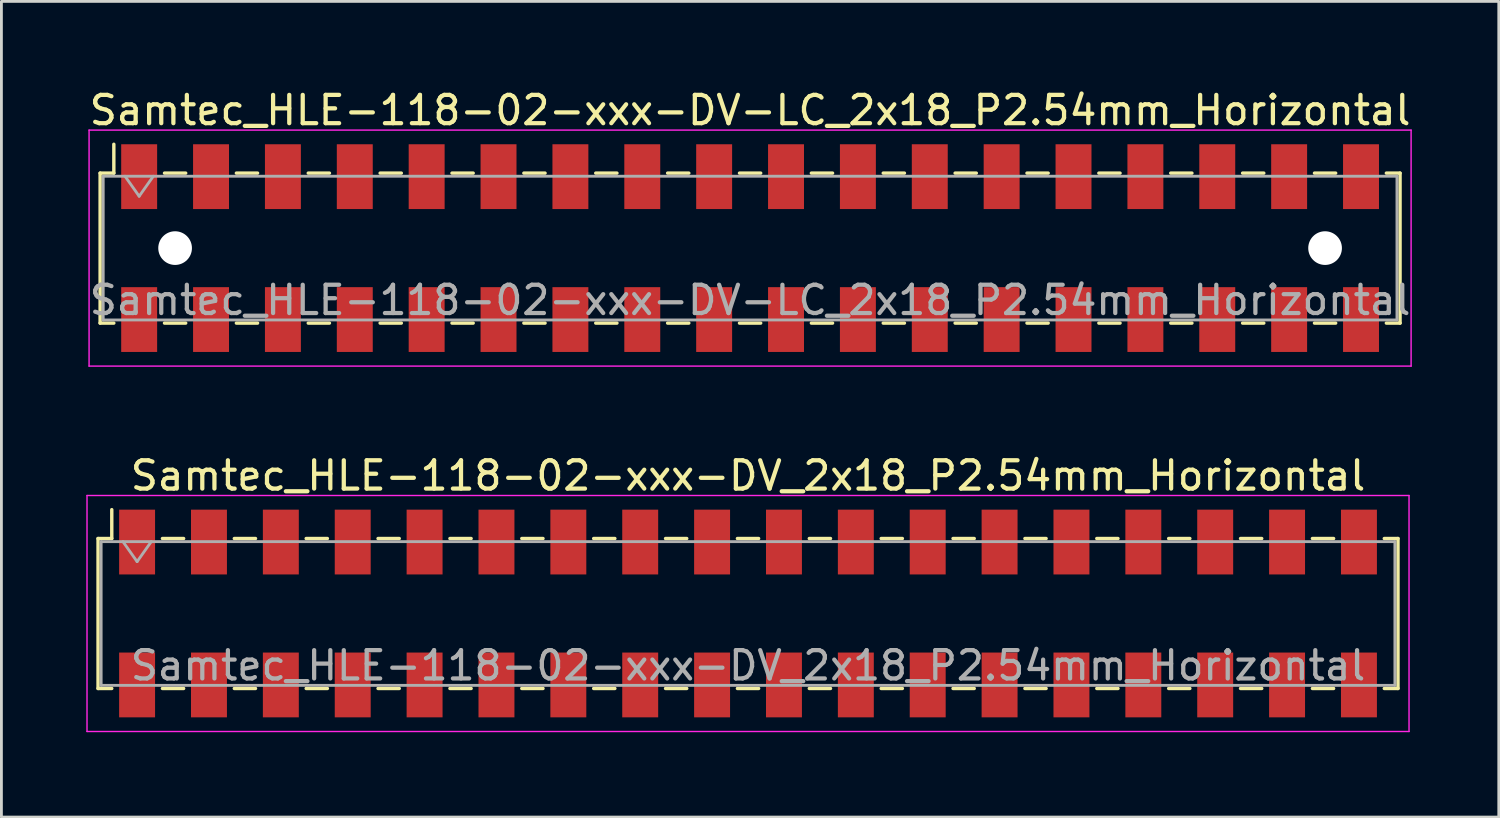
<source format=kicad_pcb>
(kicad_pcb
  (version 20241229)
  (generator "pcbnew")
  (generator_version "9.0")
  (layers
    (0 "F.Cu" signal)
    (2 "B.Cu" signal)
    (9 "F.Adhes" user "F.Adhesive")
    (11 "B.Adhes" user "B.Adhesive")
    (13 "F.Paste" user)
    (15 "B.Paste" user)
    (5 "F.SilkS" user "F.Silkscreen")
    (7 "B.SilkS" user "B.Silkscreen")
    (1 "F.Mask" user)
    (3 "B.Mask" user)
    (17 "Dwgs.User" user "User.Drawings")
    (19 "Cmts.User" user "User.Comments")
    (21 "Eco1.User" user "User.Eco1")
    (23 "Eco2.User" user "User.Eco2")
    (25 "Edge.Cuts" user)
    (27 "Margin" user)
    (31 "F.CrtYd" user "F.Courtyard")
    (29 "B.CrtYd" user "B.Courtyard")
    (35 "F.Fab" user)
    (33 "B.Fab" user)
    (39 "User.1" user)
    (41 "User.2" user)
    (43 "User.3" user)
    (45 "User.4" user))
  (footprint "Samtec_HLE-118-02-xxx-DV-LC_2x18_P2.54mm_Horizontal"
    (layer "F.Cu")
    (at 23.458 5.718)
    (property "Reference" "Samtec_HLE-118-02-xxx-DV-LC_2x18_P2.54mm_Horizontal" (at 0 -4.87 0) (layer "F.SilkS") (effects (font (size 1 1) (thickness 0.15))))
    (attr smd)
    (fp_line (start -22.97 -2.65) (end -22.97 2.65) (stroke (width 0.12) (type solid)) (layer "F.SilkS"))
    (fp_line (start -22.97 2.65) (end -22.485 2.65) (stroke (width 0.12) (type solid)) (layer "F.SilkS"))
    (fp_line (start -22.485 -3.67) (end -22.485 -2.65) (stroke (width 0.12) (type solid)) (layer "F.SilkS"))
    (fp_line (start -22.485 -2.65) (end -22.97 -2.65) (stroke (width 0.12) (type solid)) (layer "F.SilkS"))
    (fp_line (start -20.695 -2.65) (end -19.945 -2.65) (stroke (width 0.12) (type solid)) (layer "F.SilkS"))
    (fp_line (start -20.695 2.65) (end -19.945 2.65) (stroke (width 0.12) (type solid)) (layer "F.SilkS"))
    (fp_line (start -18.155 -2.65) (end -17.405 -2.65) (stroke (width 0.12) (type solid)) (layer "F.SilkS"))
    (fp_line (start -18.155 2.65) (end -17.405 2.65) (stroke (width 0.12) (type solid)) (layer "F.SilkS"))
    (fp_line (start -15.615 -2.65) (end -14.865 -2.65) (stroke (width 0.12) (type solid)) (layer "F.SilkS"))
    (fp_line (start -15.615 2.65) (end -14.865 2.65) (stroke (width 0.12) (type solid)) (layer "F.SilkS"))
    (fp_line (start -13.075 -2.65) (end -12.325 -2.65) (stroke (width 0.12) (type solid)) (layer "F.SilkS"))
    (fp_line (start -13.075 2.65) (end -12.325 2.65) (stroke (width 0.12) (type solid)) (layer "F.SilkS"))
    (fp_line (start -10.535 -2.65) (end -9.785 -2.65) (stroke (width 0.12) (type solid)) (layer "F.SilkS"))
    (fp_line (start -10.535 2.65) (end -9.785 2.65) (stroke (width 0.12) (type solid)) (layer "F.SilkS"))
    (fp_line (start -7.995 -2.65) (end -7.245 -2.65) (stroke (width 0.12) (type solid)) (layer "F.SilkS"))
    (fp_line (start -7.995 2.65) (end -7.245 2.65) (stroke (width 0.12) (type solid)) (layer "F.SilkS"))
    (fp_line (start -5.455 -2.65) (end -4.705 -2.65) (stroke (width 0.12) (type solid)) (layer "F.SilkS"))
    (fp_line (start -5.455 2.65) (end -4.705 2.65) (stroke (width 0.12) (type solid)) (layer "F.SilkS"))
    (fp_line (start -2.915 -2.65) (end -2.165 -2.65) (stroke (width 0.12) (type solid)) (layer "F.SilkS"))
    (fp_line (start -2.915 2.65) (end -2.165 2.65) (stroke (width 0.12) (type solid)) (layer "F.SilkS"))
    (fp_line (start -0.375 -2.65) (end 0.375 -2.65) (stroke (width 0.12) (type solid)) (layer "F.SilkS"))
    (fp_line (start -0.375 2.65) (end 0.375 2.65) (stroke (width 0.12) (type solid)) (layer "F.SilkS"))
    (fp_line (start 2.165 -2.65) (end 2.915 -2.65) (stroke (width 0.12) (type solid)) (layer "F.SilkS"))
    (fp_line (start 2.165 2.65) (end 2.915 2.65) (stroke (width 0.12) (type solid)) (layer "F.SilkS"))
    (fp_line (start 4.705 -2.65) (end 5.455 -2.65) (stroke (width 0.12) (type solid)) (layer "F.SilkS"))
    (fp_line (start 4.705 2.65) (end 5.455 2.65) (stroke (width 0.12) (type solid)) (layer "F.SilkS"))
    (fp_line (start 7.245 -2.65) (end 7.995 -2.65) (stroke (width 0.12) (type solid)) (layer "F.SilkS"))
    (fp_line (start 7.245 2.65) (end 7.995 2.65) (stroke (width 0.12) (type solid)) (layer "F.SilkS"))
    (fp_line (start 9.785 -2.65) (end 10.535 -2.65) (stroke (width 0.12) (type solid)) (layer "F.SilkS"))
    (fp_line (start 9.785 2.65) (end 10.535 2.65) (stroke (width 0.12) (type solid)) (layer "F.SilkS"))
    (fp_line (start 12.325 -2.65) (end 13.075 -2.65) (stroke (width 0.12) (type solid)) (layer "F.SilkS"))
    (fp_line (start 12.325 2.65) (end 13.075 2.65) (stroke (width 0.12) (type solid)) (layer "F.SilkS"))
    (fp_line (start 14.865 -2.65) (end 15.615 -2.65) (stroke (width 0.12) (type solid)) (layer "F.SilkS"))
    (fp_line (start 14.865 2.65) (end 15.615 2.65) (stroke (width 0.12) (type solid)) (layer "F.SilkS"))
    (fp_line (start 17.405 -2.65) (end 18.155 -2.65) (stroke (width 0.12) (type solid)) (layer "F.SilkS"))
    (fp_line (start 17.405 2.65) (end 18.155 2.65) (stroke (width 0.12) (type solid)) (layer "F.SilkS"))
    (fp_line (start 19.945 -2.65) (end 20.695 -2.65) (stroke (width 0.12) (type solid)) (layer "F.SilkS"))
    (fp_line (start 19.945 2.65) (end 20.695 2.65) (stroke (width 0.12) (type solid)) (layer "F.SilkS"))
    (fp_line (start 22.485 -2.65) (end 22.97 -2.65) (stroke (width 0.12) (type solid)) (layer "F.SilkS"))
    (fp_line (start 22.97 -2.65) (end 22.97 2.65) (stroke (width 0.12) (type solid)) (layer "F.SilkS"))
    (fp_line (start 22.97 2.65) (end 22.485 2.65) (stroke (width 0.12) (type solid)) (layer "F.SilkS"))
    (fp_line (start -23.36 -4.17) (end 23.36 -4.17) (stroke (width 0.05) (type solid)) (layer "F.CrtYd"))
    (fp_line (start -23.36 4.17) (end -23.36 -4.17) (stroke (width 0.05) (type solid)) (layer "F.CrtYd"))
    (fp_line (start 23.36 -4.17) (end 23.36 4.17) (stroke (width 0.05) (type solid)) (layer "F.CrtYd"))
    (fp_line (start 23.36 4.17) (end -23.36 4.17) (stroke (width 0.05) (type solid)) (layer "F.CrtYd"))
    (fp_line (start -22.86 -2.54) (end 22.86 -2.54) (stroke (width 0.1) (type solid)) (layer "F.Fab"))
    (fp_line (start -22.86 2.54) (end -22.86 -2.54) (stroke (width 0.1) (type solid)) (layer "F.Fab"))
    (fp_line (start -22.09 -2.54) (end -21.59 -1.833) (stroke (width 0.1) (type solid)) (layer "F.Fab"))
    (fp_line (start -21.59 -1.833) (end -21.09 -2.54) (stroke (width 0.1) (type solid)) (layer "F.Fab"))
    (fp_line (start 22.86 -2.54) (end 22.86 2.54) (stroke (width 0.1) (type solid)) (layer "F.Fab"))
    (fp_line (start 22.86 2.54) (end -22.86 2.54) (stroke (width 0.1) (type solid)) (layer "F.Fab"))
    (fp_text user "${REFERENCE}" (at 0 1.84 0) (layer "F.Fab") (effects (font (size 1 1) (thickness 0.15))))
    (pad "" np_thru_hole circle (at -20.32 0) (size 1.19 1.19) (drill 1.19) (layers "*.Cu" "*.Mask"))
    (pad "" np_thru_hole circle (at 20.32 0) (size 1.19 1.19) (drill 1.19) (layers "*.Cu" "*.Mask"))
    (pad "1" smd rect (at -21.59 -2.525) (size 1.27 2.29) (layers "F.Cu" "F.Mask" "F.Paste"))
    (pad "2" smd rect (at -21.59 2.525) (size 1.27 2.29) (layers "F.Cu" "F.Mask" "F.Paste"))
    (pad "3" smd rect (at -19.05 -2.525) (size 1.27 2.29) (layers "F.Cu" "F.Mask" "F.Paste"))
    (pad "4" smd rect (at -19.05 2.525) (size 1.27 2.29) (layers "F.Cu" "F.Mask" "F.Paste"))
    (pad "5" smd rect (at -16.51 -2.525) (size 1.27 2.29) (layers "F.Cu" "F.Mask" "F.Paste"))
    (pad "6" smd rect (at -16.51 2.525) (size 1.27 2.29) (layers "F.Cu" "F.Mask" "F.Paste"))
    (pad "7" smd rect (at -13.97 -2.525) (size 1.27 2.29) (layers "F.Cu" "F.Mask" "F.Paste"))
    (pad "8" smd rect (at -13.97 2.525) (size 1.27 2.29) (layers "F.Cu" "F.Mask" "F.Paste"))
    (pad "9" smd rect (at -11.43 -2.525) (size 1.27 2.29) (layers "F.Cu" "F.Mask" "F.Paste"))
    (pad "10" smd rect (at -11.43 2.525) (size 1.27 2.29) (layers "F.Cu" "F.Mask" "F.Paste"))
    (pad "11" smd rect (at -8.89 -2.525) (size 1.27 2.29) (layers "F.Cu" "F.Mask" "F.Paste"))
    (pad "12" smd rect (at -8.89 2.525) (size 1.27 2.29) (layers "F.Cu" "F.Mask" "F.Paste"))
    (pad "13" smd rect (at -6.35 -2.525) (size 1.27 2.29) (layers "F.Cu" "F.Mask" "F.Paste"))
    (pad "14" smd rect (at -6.35 2.525) (size 1.27 2.29) (layers "F.Cu" "F.Mask" "F.Paste"))
    (pad "15" smd rect (at -3.81 -2.525) (size 1.27 2.29) (layers "F.Cu" "F.Mask" "F.Paste"))
    (pad "16" smd rect (at -3.81 2.525) (size 1.27 2.29) (layers "F.Cu" "F.Mask" "F.Paste"))
    (pad "17" smd rect (at -1.27 -2.525) (size 1.27 2.29) (layers "F.Cu" "F.Mask" "F.Paste"))
    (pad "18" smd rect (at -1.27 2.525) (size 1.27 2.29) (layers "F.Cu" "F.Mask" "F.Paste"))
    (pad "19" smd rect (at 1.27 -2.525) (size 1.27 2.29) (layers "F.Cu" "F.Mask" "F.Paste"))
    (pad "20" smd rect (at 1.27 2.525) (size 1.27 2.29) (layers "F.Cu" "F.Mask" "F.Paste"))
    (pad "21" smd rect (at 3.81 -2.525) (size 1.27 2.29) (layers "F.Cu" "F.Mask" "F.Paste"))
    (pad "22" smd rect (at 3.81 2.525) (size 1.27 2.29) (layers "F.Cu" "F.Mask" "F.Paste"))
    (pad "23" smd rect (at 6.35 -2.525) (size 1.27 2.29) (layers "F.Cu" "F.Mask" "F.Paste"))
    (pad "24" smd rect (at 6.35 2.525) (size 1.27 2.29) (layers "F.Cu" "F.Mask" "F.Paste"))
    (pad "25" smd rect (at 8.89 -2.525) (size 1.27 2.29) (layers "F.Cu" "F.Mask" "F.Paste"))
    (pad "26" smd rect (at 8.89 2.525) (size 1.27 2.29) (layers "F.Cu" "F.Mask" "F.Paste"))
    (pad "27" smd rect (at 11.43 -2.525) (size 1.27 2.29) (layers "F.Cu" "F.Mask" "F.Paste"))
    (pad "28" smd rect (at 11.43 2.525) (size 1.27 2.29) (layers "F.Cu" "F.Mask" "F.Paste"))
    (pad "29" smd rect (at 13.97 -2.525) (size 1.27 2.29) (layers "F.Cu" "F.Mask" "F.Paste"))
    (pad "30" smd rect (at 13.97 2.525) (size 1.27 2.29) (layers "F.Cu" "F.Mask" "F.Paste"))
    (pad "31" smd rect (at 16.51 -2.525) (size 1.27 2.29) (layers "F.Cu" "F.Mask" "F.Paste"))
    (pad "32" smd rect (at 16.51 2.525) (size 1.27 2.29) (layers "F.Cu" "F.Mask" "F.Paste"))
    (pad "33" smd rect (at 19.05 -2.525) (size 1.27 2.29) (layers "F.Cu" "F.Mask" "F.Paste"))
    (pad "34" smd rect (at 19.05 2.525) (size 1.27 2.29) (layers "F.Cu" "F.Mask" "F.Paste"))
    (pad "35" smd rect (at 21.59 -2.525) (size 1.27 2.29) (layers "F.Cu" "F.Mask" "F.Paste"))
    (pad "36" smd rect (at 21.59 2.525) (size 1.27 2.29) (layers "F.Cu" "F.Mask" "F.Paste")))
  (footprint "Samtec_HLE-118-02-xxx-DV_2x18_P2.54mm_Horizontal"
    (layer "F.Cu")
    (at 23.385 18.631)
    (property "Reference" "Samtec_HLE-118-02-xxx-DV_2x18_P2.54mm_Horizontal" (at 0 -4.87 0) (layer "F.SilkS") (effects (font (size 1 1) (thickness 0.15))))
    (attr smd)
    (fp_line (start -22.97 -2.65) (end -22.97 2.65) (stroke (width 0.12) (type solid)) (layer "F.SilkS"))
    (fp_line (start -22.97 2.65) (end -22.485 2.65) (stroke (width 0.12) (type solid)) (layer "F.SilkS"))
    (fp_line (start -22.485 -3.67) (end -22.485 -2.65) (stroke (width 0.12) (type solid)) (layer "F.SilkS"))
    (fp_line (start -22.485 -2.65) (end -22.97 -2.65) (stroke (width 0.12) (type solid)) (layer "F.SilkS"))
    (fp_line (start -20.695 -2.65) (end -19.945 -2.65) (stroke (width 0.12) (type solid)) (layer "F.SilkS"))
    (fp_line (start -20.695 2.65) (end -19.945 2.65) (stroke (width 0.12) (type solid)) (layer "F.SilkS"))
    (fp_line (start -18.155 -2.65) (end -17.405 -2.65) (stroke (width 0.12) (type solid)) (layer "F.SilkS"))
    (fp_line (start -18.155 2.65) (end -17.405 2.65) (stroke (width 0.12) (type solid)) (layer "F.SilkS"))
    (fp_line (start -15.615 -2.65) (end -14.865 -2.65) (stroke (width 0.12) (type solid)) (layer "F.SilkS"))
    (fp_line (start -15.615 2.65) (end -14.865 2.65) (stroke (width 0.12) (type solid)) (layer "F.SilkS"))
    (fp_line (start -13.075 -2.65) (end -12.325 -2.65) (stroke (width 0.12) (type solid)) (layer "F.SilkS"))
    (fp_line (start -13.075 2.65) (end -12.325 2.65) (stroke (width 0.12) (type solid)) (layer "F.SilkS"))
    (fp_line (start -10.535 -2.65) (end -9.785 -2.65) (stroke (width 0.12) (type solid)) (layer "F.SilkS"))
    (fp_line (start -10.535 2.65) (end -9.785 2.65) (stroke (width 0.12) (type solid)) (layer "F.SilkS"))
    (fp_line (start -7.995 -2.65) (end -7.245 -2.65) (stroke (width 0.12) (type solid)) (layer "F.SilkS"))
    (fp_line (start -7.995 2.65) (end -7.245 2.65) (stroke (width 0.12) (type solid)) (layer "F.SilkS"))
    (fp_line (start -5.455 -2.65) (end -4.705 -2.65) (stroke (width 0.12) (type solid)) (layer "F.SilkS"))
    (fp_line (start -5.455 2.65) (end -4.705 2.65) (stroke (width 0.12) (type solid)) (layer "F.SilkS"))
    (fp_line (start -2.915 -2.65) (end -2.165 -2.65) (stroke (width 0.12) (type solid)) (layer "F.SilkS"))
    (fp_line (start -2.915 2.65) (end -2.165 2.65) (stroke (width 0.12) (type solid)) (layer "F.SilkS"))
    (fp_line (start -0.375 -2.65) (end 0.375 -2.65) (stroke (width 0.12) (type solid)) (layer "F.SilkS"))
    (fp_line (start -0.375 2.65) (end 0.375 2.65) (stroke (width 0.12) (type solid)) (layer "F.SilkS"))
    (fp_line (start 2.165 -2.65) (end 2.915 -2.65) (stroke (width 0.12) (type solid)) (layer "F.SilkS"))
    (fp_line (start 2.165 2.65) (end 2.915 2.65) (stroke (width 0.12) (type solid)) (layer "F.SilkS"))
    (fp_line (start 4.705 -2.65) (end 5.455 -2.65) (stroke (width 0.12) (type solid)) (layer "F.SilkS"))
    (fp_line (start 4.705 2.65) (end 5.455 2.65) (stroke (width 0.12) (type solid)) (layer "F.SilkS"))
    (fp_line (start 7.245 -2.65) (end 7.995 -2.65) (stroke (width 0.12) (type solid)) (layer "F.SilkS"))
    (fp_line (start 7.245 2.65) (end 7.995 2.65) (stroke (width 0.12) (type solid)) (layer "F.SilkS"))
    (fp_line (start 9.785 -2.65) (end 10.535 -2.65) (stroke (width 0.12) (type solid)) (layer "F.SilkS"))
    (fp_line (start 9.785 2.65) (end 10.535 2.65) (stroke (width 0.12) (type solid)) (layer "F.SilkS"))
    (fp_line (start 12.325 -2.65) (end 13.075 -2.65) (stroke (width 0.12) (type solid)) (layer "F.SilkS"))
    (fp_line (start 12.325 2.65) (end 13.075 2.65) (stroke (width 0.12) (type solid)) (layer "F.SilkS"))
    (fp_line (start 14.865 -2.65) (end 15.615 -2.65) (stroke (width 0.12) (type solid)) (layer "F.SilkS"))
    (fp_line (start 14.865 2.65) (end 15.615 2.65) (stroke (width 0.12) (type solid)) (layer "F.SilkS"))
    (fp_line (start 17.405 -2.65) (end 18.155 -2.65) (stroke (width 0.12) (type solid)) (layer "F.SilkS"))
    (fp_line (start 17.405 2.65) (end 18.155 2.65) (stroke (width 0.12) (type solid)) (layer "F.SilkS"))
    (fp_line (start 19.945 -2.65) (end 20.695 -2.65) (stroke (width 0.12) (type solid)) (layer "F.SilkS"))
    (fp_line (start 19.945 2.65) (end 20.695 2.65) (stroke (width 0.12) (type solid)) (layer "F.SilkS"))
    (fp_line (start 22.485 -2.65) (end 22.97 -2.65) (stroke (width 0.12) (type solid)) (layer "F.SilkS"))
    (fp_line (start 22.97 -2.65) (end 22.97 2.65) (stroke (width 0.12) (type solid)) (layer "F.SilkS"))
    (fp_line (start 22.97 2.65) (end 22.485 2.65) (stroke (width 0.12) (type solid)) (layer "F.SilkS"))
    (fp_line (start -23.36 -4.17) (end 23.36 -4.17) (stroke (width 0.05) (type solid)) (layer "F.CrtYd"))
    (fp_line (start -23.36 4.17) (end -23.36 -4.17) (stroke (width 0.05) (type solid)) (layer "F.CrtYd"))
    (fp_line (start 23.36 -4.17) (end 23.36 4.17) (stroke (width 0.05) (type solid)) (layer "F.CrtYd"))
    (fp_line (start 23.36 4.17) (end -23.36 4.17) (stroke (width 0.05) (type solid)) (layer "F.CrtYd"))
    (fp_line (start -22.86 -2.54) (end 22.86 -2.54) (stroke (width 0.1) (type solid)) (layer "F.Fab"))
    (fp_line (start -22.86 2.54) (end -22.86 -2.54) (stroke (width 0.1) (type solid)) (layer "F.Fab"))
    (fp_line (start -22.09 -2.54) (end -21.59 -1.833) (stroke (width 0.1) (type solid)) (layer "F.Fab"))
    (fp_line (start -21.59 -1.833) (end -21.09 -2.54) (stroke (width 0.1) (type solid)) (layer "F.Fab"))
    (fp_line (start 22.86 -2.54) (end 22.86 2.54) (stroke (width 0.1) (type solid)) (layer "F.Fab"))
    (fp_line (start 22.86 2.54) (end -22.86 2.54) (stroke (width 0.1) (type solid)) (layer "F.Fab"))
    (fp_text user "${REFERENCE}" (at 0 1.84 0) (layer "F.Fab") (effects (font (size 1 1) (thickness 0.15))))
    (pad "1" smd rect (at -21.59 -2.525) (size 1.27 2.29) (layers "F.Cu" "F.Mask" "F.Paste"))
    (pad "2" smd rect (at -21.59 2.525) (size 1.27 2.29) (layers "F.Cu" "F.Mask" "F.Paste"))
    (pad "3" smd rect (at -19.05 -2.525) (size 1.27 2.29) (layers "F.Cu" "F.Mask" "F.Paste"))
    (pad "4" smd rect (at -19.05 2.525) (size 1.27 2.29) (layers "F.Cu" "F.Mask" "F.Paste"))
    (pad "5" smd rect (at -16.51 -2.525) (size 1.27 2.29) (layers "F.Cu" "F.Mask" "F.Paste"))
    (pad "6" smd rect (at -16.51 2.525) (size 1.27 2.29) (layers "F.Cu" "F.Mask" "F.Paste"))
    (pad "7" smd rect (at -13.97 -2.525) (size 1.27 2.29) (layers "F.Cu" "F.Mask" "F.Paste"))
    (pad "8" smd rect (at -13.97 2.525) (size 1.27 2.29) (layers "F.Cu" "F.Mask" "F.Paste"))
    (pad "9" smd rect (at -11.43 -2.525) (size 1.27 2.29) (layers "F.Cu" "F.Mask" "F.Paste"))
    (pad "10" smd rect (at -11.43 2.525) (size 1.27 2.29) (layers "F.Cu" "F.Mask" "F.Paste"))
    (pad "11" smd rect (at -8.89 -2.525) (size 1.27 2.29) (layers "F.Cu" "F.Mask" "F.Paste"))
    (pad "12" smd rect (at -8.89 2.525) (size 1.27 2.29) (layers "F.Cu" "F.Mask" "F.Paste"))
    (pad "13" smd rect (at -6.35 -2.525) (size 1.27 2.29) (layers "F.Cu" "F.Mask" "F.Paste"))
    (pad "14" smd rect (at -6.35 2.525) (size 1.27 2.29) (layers "F.Cu" "F.Mask" "F.Paste"))
    (pad "15" smd rect (at -3.81 -2.525) (size 1.27 2.29) (layers "F.Cu" "F.Mask" "F.Paste"))
    (pad "16" smd rect (at -3.81 2.525) (size 1.27 2.29) (layers "F.Cu" "F.Mask" "F.Paste"))
    (pad "17" smd rect (at -1.27 -2.525) (size 1.27 2.29) (layers "F.Cu" "F.Mask" "F.Paste"))
    (pad "18" smd rect (at -1.27 2.525) (size 1.27 2.29) (layers "F.Cu" "F.Mask" "F.Paste"))
    (pad "19" smd rect (at 1.27 -2.525) (size 1.27 2.29) (layers "F.Cu" "F.Mask" "F.Paste"))
    (pad "20" smd rect (at 1.27 2.525) (size 1.27 2.29) (layers "F.Cu" "F.Mask" "F.Paste"))
    (pad "21" smd rect (at 3.81 -2.525) (size 1.27 2.29) (layers "F.Cu" "F.Mask" "F.Paste"))
    (pad "22" smd rect (at 3.81 2.525) (size 1.27 2.29) (layers "F.Cu" "F.Mask" "F.Paste"))
    (pad "23" smd rect (at 6.35 -2.525) (size 1.27 2.29) (layers "F.Cu" "F.Mask" "F.Paste"))
    (pad "24" smd rect (at 6.35 2.525) (size 1.27 2.29) (layers "F.Cu" "F.Mask" "F.Paste"))
    (pad "25" smd rect (at 8.89 -2.525) (size 1.27 2.29) (layers "F.Cu" "F.Mask" "F.Paste"))
    (pad "26" smd rect (at 8.89 2.525) (size 1.27 2.29) (layers "F.Cu" "F.Mask" "F.Paste"))
    (pad "27" smd rect (at 11.43 -2.525) (size 1.27 2.29) (layers "F.Cu" "F.Mask" "F.Paste"))
    (pad "28" smd rect (at 11.43 2.525) (size 1.27 2.29) (layers "F.Cu" "F.Mask" "F.Paste"))
    (pad "29" smd rect (at 13.97 -2.525) (size 1.27 2.29) (layers "F.Cu" "F.Mask" "F.Paste"))
    (pad "30" smd rect (at 13.97 2.525) (size 1.27 2.29) (layers "F.Cu" "F.Mask" "F.Paste"))
    (pad "31" smd rect (at 16.51 -2.525) (size 1.27 2.29) (layers "F.Cu" "F.Mask" "F.Paste"))
    (pad "32" smd rect (at 16.51 2.525) (size 1.27 2.29) (layers "F.Cu" "F.Mask" "F.Paste"))
    (pad "33" smd rect (at 19.05 -2.525) (size 1.27 2.29) (layers "F.Cu" "F.Mask" "F.Paste"))
    (pad "34" smd rect (at 19.05 2.525) (size 1.27 2.29) (layers "F.Cu" "F.Mask" "F.Paste"))
    (pad "35" smd rect (at 21.59 -2.525) (size 1.27 2.29) (layers "F.Cu" "F.Mask" "F.Paste"))
    (pad "36" smd rect (at 21.59 2.525) (size 1.27 2.29) (layers "F.Cu" "F.Mask" "F.Paste")))
  (gr_rect
    (start -3 -3)
    (end 49.917 25.826)
    (stroke (width 0.1) (type default))
    (fill no)
    (layer "Edge.Cuts")))
</source>
